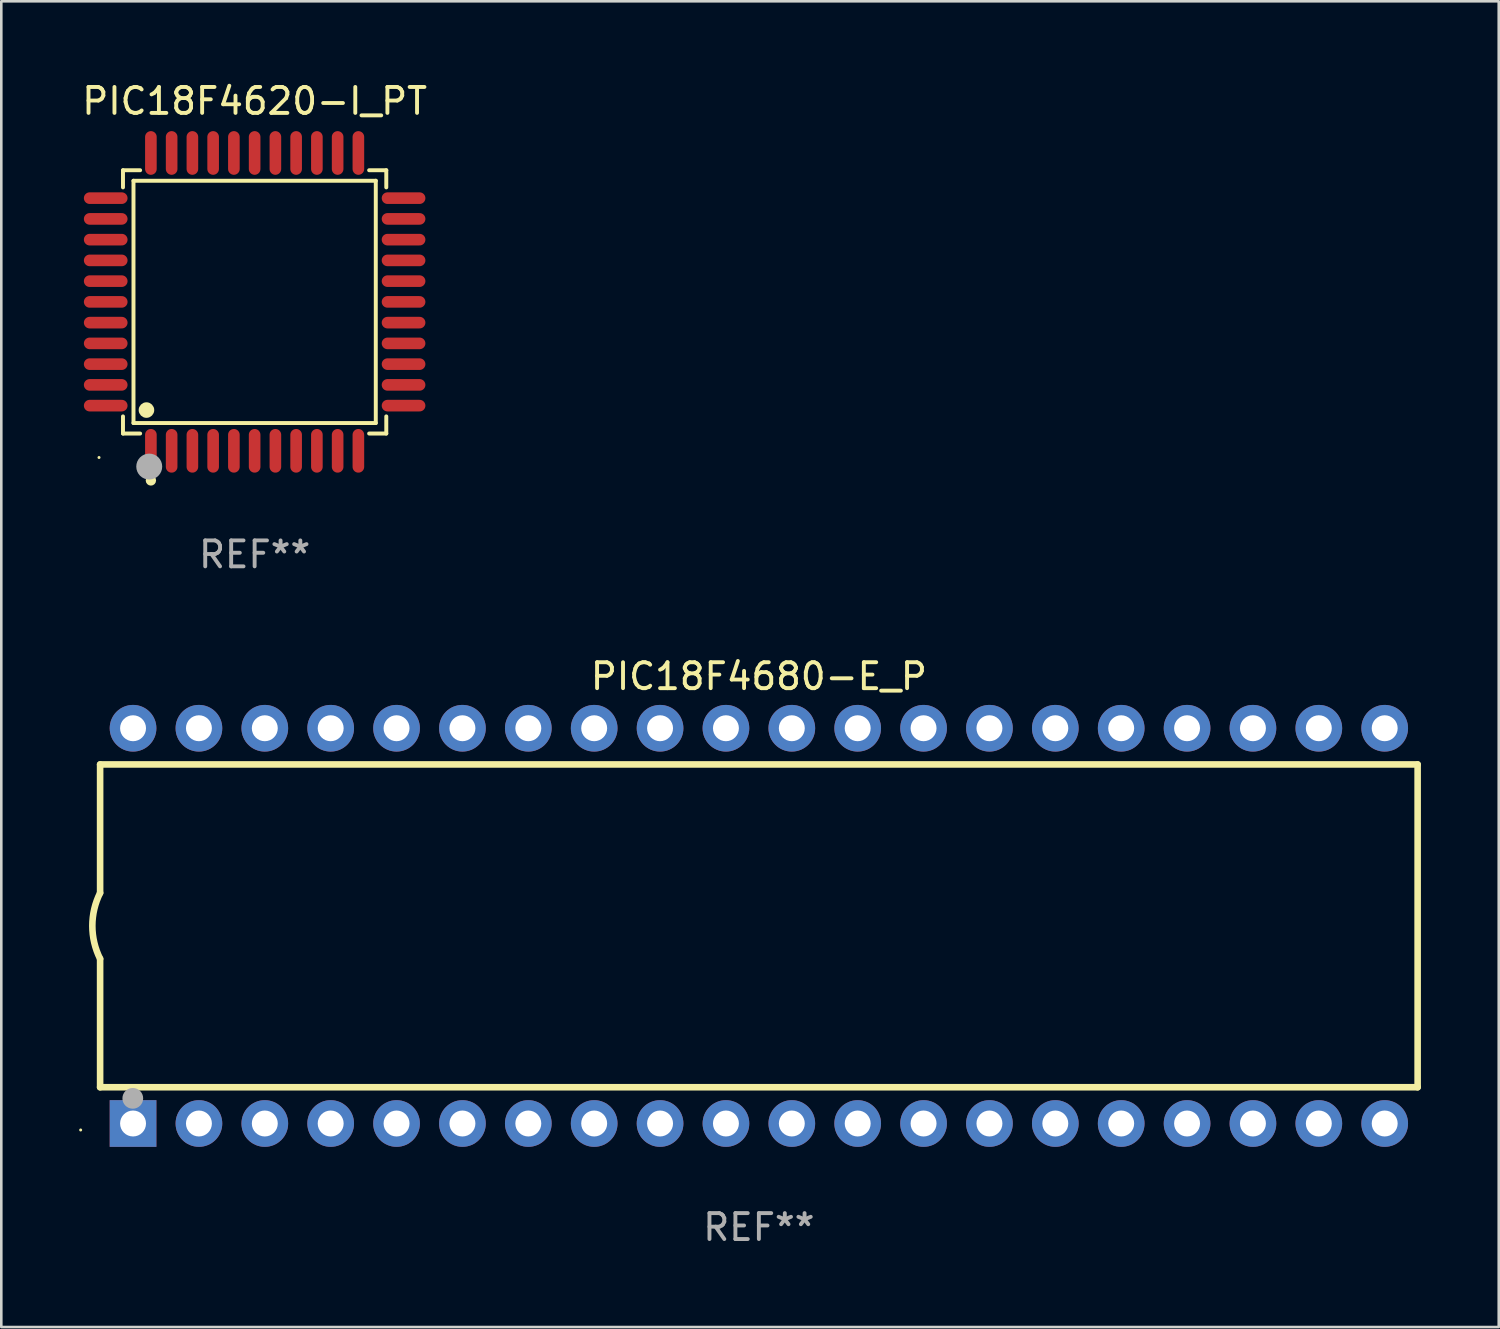
<source format=kicad_pcb>
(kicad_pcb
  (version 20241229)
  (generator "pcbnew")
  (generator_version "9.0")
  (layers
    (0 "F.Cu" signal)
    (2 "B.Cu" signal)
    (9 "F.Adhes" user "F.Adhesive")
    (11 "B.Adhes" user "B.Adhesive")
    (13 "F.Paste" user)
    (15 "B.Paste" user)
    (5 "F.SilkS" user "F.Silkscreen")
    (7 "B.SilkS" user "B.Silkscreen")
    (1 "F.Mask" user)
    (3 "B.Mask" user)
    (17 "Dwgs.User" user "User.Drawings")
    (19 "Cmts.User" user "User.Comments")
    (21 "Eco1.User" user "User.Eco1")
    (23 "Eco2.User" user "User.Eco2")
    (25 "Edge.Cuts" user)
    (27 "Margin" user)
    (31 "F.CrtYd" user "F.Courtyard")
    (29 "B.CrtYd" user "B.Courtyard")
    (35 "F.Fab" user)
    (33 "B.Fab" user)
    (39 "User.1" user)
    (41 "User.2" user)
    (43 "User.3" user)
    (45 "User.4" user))
  (footprint "PIC18F4620-I_PT"
    (layer "F.Cu")
    (at 6.768 8.59)
    (property "Reference" "PIC18F4620-I_PT" (at 0 -7.742 0) (layer "F.SilkS") (effects (font (size 1 1) (thickness 0.15))))
    (attr through_hole)
    (fp_line (start -5.076 -5.076) (end -4.415 -5.076) (stroke (width 0.152) (type solid)) (layer "F.SilkS"))
    (fp_line (start -5.076 -4.415) (end -5.076 -5.076) (stroke (width 0.152) (type solid)) (layer "F.SilkS"))
    (fp_line (start -5.076 4.415) (end -5.076 5.076) (stroke (width 0.152) (type solid)) (layer "F.SilkS"))
    (fp_line (start -5.076 5.076) (end -4.415 5.076) (stroke (width 0.152) (type solid)) (layer "F.SilkS"))
    (fp_line (start -4.671 -4.671) (end 4.671 -4.671) (stroke (width 0.152) (type solid)) (layer "F.SilkS"))
    (fp_line (start -4.671 4.671) (end -4.671 -4.671) (stroke (width 0.152) (type solid)) (layer "F.SilkS"))
    (fp_line (start 4.671 -4.671) (end 4.671 4.671) (stroke (width 0.152) (type solid)) (layer "F.SilkS"))
    (fp_line (start 4.671 4.671) (end -4.671 4.671) (stroke (width 0.152) (type solid)) (layer "F.SilkS"))
    (fp_line (start 5.076 -5.076) (end 4.415 -5.076) (stroke (width 0.152) (type solid)) (layer "F.SilkS"))
    (fp_line (start 5.076 -4.415) (end 5.076 -5.076) (stroke (width 0.152) (type solid)) (layer "F.SilkS"))
    (fp_line (start 5.076 4.415) (end 5.076 5.076) (stroke (width 0.152) (type solid)) (layer "F.SilkS"))
    (fp_line (start 5.076 5.076) (end 4.415 5.076) (stroke (width 0.152) (type solid)) (layer "F.SilkS"))
    (fp_circle (center -6 6) (end -5.97 6) (stroke (width 0.06) (type solid)) (fill no) (layer "F.SilkS"))
    (fp_circle (center -4.171 4.171) (end -4.021 4.171) (stroke (width 0.3) (type solid)) (fill no) (layer "F.SilkS"))
    (fp_circle (center -4 6.884) (end -3.9 6.884) (stroke (width 0.2) (type solid)) (fill no) (layer "F.SilkS"))
    (fp_circle (center -4.064 6.35) (end -3.814 6.35) (stroke (width 0.5) (type solid)) (fill no) (layer "F.Fab"))
    (fp_text user "REF**" (at 0 9.742 0) (layer "F.Fab") (effects (font (size 1 1) (thickness 0.15))))
    (pad "1" smd oval (at -4 5.742) (size 0.448 1.684) (layers "F.Cu" "F.Mask" "F.Paste"))
    (pad "2" smd oval (at -3.2 5.742) (size 0.448 1.684) (layers "F.Cu" "F.Mask" "F.Paste"))
    (pad "3" smd oval (at -2.4 5.742) (size 0.448 1.684) (layers "F.Cu" "F.Mask" "F.Paste"))
    (pad "4" smd oval (at -1.6 5.742) (size 0.448 1.684) (layers "F.Cu" "F.Mask" "F.Paste"))
    (pad "5" smd oval (at -0.8 5.742) (size 0.448 1.684) (layers "F.Cu" "F.Mask" "F.Paste"))
    (pad "6" smd oval (at 0 5.742) (size 0.448 1.684) (layers "F.Cu" "F.Mask" "F.Paste"))
    (pad "7" smd oval (at 0.8 5.742) (size 0.448 1.684) (layers "F.Cu" "F.Mask" "F.Paste"))
    (pad "8" smd oval (at 1.6 5.742) (size 0.448 1.684) (layers "F.Cu" "F.Mask" "F.Paste"))
    (pad "9" smd oval (at 2.4 5.742) (size 0.448 1.684) (layers "F.Cu" "F.Mask" "F.Paste"))
    (pad "10" smd oval (at 3.2 5.742) (size 0.448 1.684) (layers "F.Cu" "F.Mask" "F.Paste"))
    (pad "11" smd oval (at 4 5.742) (size 0.448 1.684) (layers "F.Cu" "F.Mask" "F.Paste"))
    (pad "12" smd oval (at 5.742 4) (size 1.684 0.448) (layers "F.Cu" "F.Mask" "F.Paste"))
    (pad "13" smd oval (at 5.742 3.2) (size 1.684 0.448) (layers "F.Cu" "F.Mask" "F.Paste"))
    (pad "14" smd oval (at 5.742 2.4) (size 1.684 0.448) (layers "F.Cu" "F.Mask" "F.Paste"))
    (pad "15" smd oval (at 5.742 1.6) (size 1.684 0.448) (layers "F.Cu" "F.Mask" "F.Paste"))
    (pad "16" smd oval (at 5.742 0.8) (size 1.684 0.448) (layers "F.Cu" "F.Mask" "F.Paste"))
    (pad "17" smd oval (at 5.742 0) (size 1.684 0.448) (layers "F.Cu" "F.Mask" "F.Paste"))
    (pad "18" smd oval (at 5.742 -0.8) (size 1.684 0.448) (layers "F.Cu" "F.Mask" "F.Paste"))
    (pad "19" smd oval (at 5.742 -1.6) (size 1.684 0.448) (layers "F.Cu" "F.Mask" "F.Paste"))
    (pad "20" smd oval (at 5.742 -2.4) (size 1.684 0.448) (layers "F.Cu" "F.Mask" "F.Paste"))
    (pad "21" smd oval (at 5.742 -3.2) (size 1.684 0.448) (layers "F.Cu" "F.Mask" "F.Paste"))
    (pad "22" smd oval (at 5.742 -4) (size 1.684 0.448) (layers "F.Cu" "F.Mask" "F.Paste"))
    (pad "23" smd oval (at 4 -5.742) (size 0.448 1.684) (layers "F.Cu" "F.Mask" "F.Paste"))
    (pad "24" smd oval (at 3.2 -5.742) (size 0.448 1.684) (layers "F.Cu" "F.Mask" "F.Paste"))
    (pad "25" smd oval (at 2.4 -5.742) (size 0.448 1.684) (layers "F.Cu" "F.Mask" "F.Paste"))
    (pad "26" smd oval (at 1.6 -5.742) (size 0.448 1.684) (layers "F.Cu" "F.Mask" "F.Paste"))
    (pad "27" smd oval (at 0.8 -5.742) (size 0.448 1.684) (layers "F.Cu" "F.Mask" "F.Paste"))
    (pad "28" smd oval (at 0 -5.742) (size 0.448 1.684) (layers "F.Cu" "F.Mask" "F.Paste"))
    (pad "29" smd oval (at -0.8 -5.742) (size 0.448 1.684) (layers "F.Cu" "F.Mask" "F.Paste"))
    (pad "30" smd oval (at -1.6 -5.742) (size 0.448 1.684) (layers "F.Cu" "F.Mask" "F.Paste"))
    (pad "31" smd oval (at -2.4 -5.742) (size 0.448 1.684) (layers "F.Cu" "F.Mask" "F.Paste"))
    (pad "32" smd oval (at -3.2 -5.742) (size 0.448 1.684) (layers "F.Cu" "F.Mask" "F.Paste"))
    (pad "33" smd oval (at -4 -5.742) (size 0.448 1.684) (layers "F.Cu" "F.Mask" "F.Paste"))
    (pad "34" smd oval (at -5.742 -4) (size 1.684 0.448) (layers "F.Cu" "F.Mask" "F.Paste"))
    (pad "35" smd oval (at -5.742 -3.2) (size 1.684 0.448) (layers "F.Cu" "F.Mask" "F.Paste"))
    (pad "36" smd oval (at -5.742 -2.4) (size 1.684 0.448) (layers "F.Cu" "F.Mask" "F.Paste"))
    (pad "37" smd oval (at -5.742 -1.6) (size 1.684 0.448) (layers "F.Cu" "F.Mask" "F.Paste"))
    (pad "38" smd oval (at -5.742 -0.8) (size 1.684 0.448) (layers "F.Cu" "F.Mask" "F.Paste"))
    (pad "39" smd oval (at -5.742 0) (size 1.684 0.448) (layers "F.Cu" "F.Mask" "F.Paste"))
    (pad "40" smd oval (at -5.742 0.8) (size 1.684 0.448) (layers "F.Cu" "F.Mask" "F.Paste"))
    (pad "41" smd oval (at -5.742 1.6) (size 1.684 0.448) (layers "F.Cu" "F.Mask" "F.Paste"))
    (pad "42" smd oval (at -5.742 2.4) (size 1.684 0.448) (layers "F.Cu" "F.Mask" "F.Paste"))
    (pad "43" smd oval (at -5.742 3.2) (size 1.684 0.448) (layers "F.Cu" "F.Mask" "F.Paste"))
    (pad "44" smd oval (at -5.742 4) (size 1.684 0.448) (layers "F.Cu" "F.Mask" "F.Paste")))
  (footprint "PIC18F4680-E_P"
    (layer "F.Cu")
    (at 26.21 32.649)
    (property "Reference" "PIC18F4680-E_P" (at 0 -9.62 0) (layer "F.SilkS") (effects (font (size 1 1) (thickness 0.15))))
    (attr through_hole)
    (fp_line (start -25.4 -6.224) (end -25.4 -1.271) (stroke (width 0.254) (type solid)) (layer "F.SilkS"))
    (fp_line (start -25.4 -6.224) (end 25.4 -6.224) (stroke (width 0.254) (type solid)) (layer "F.SilkS"))
    (fp_line (start -25.4 1.269) (end -25.4 6.222) (stroke (width 0.254) (type solid)) (layer "F.SilkS"))
    (fp_line (start -25.4 6.222) (end 25.4 6.222) (stroke (width 0.254) (type solid)) (layer "F.SilkS"))
    (fp_line (start 25.4 6.222) (end 25.4 -6.224) (stroke (width 0.254) (type solid)) (layer "F.SilkS"))
    (fp_arc (start -25.4 1.269241) (mid -25.699807 -0.000762) (end -25.4 -1.270765) (stroke (width 0.254001) (type solid)) (layer "F.SilkS"))
    (fp_circle (center -26.15 7.87) (end -26.12 7.87) (stroke (width 0.06) (type solid)) (fill no) (layer "F.SilkS"))
    (fp_circle (center -24.14 6.65) (end -23.94 6.65) (stroke (width 0.4) (type solid)) (fill no) (layer "F.Fab"))
    (fp_text user "REF**" (at 0 11.62 0) (layer "F.Fab") (effects (font (size 1 1) (thickness 0.15))))
    (pad "1" thru_hole rect (at -24.13 7.62 90) (size 1.8 1.8) (drill 1) (layers "*.Cu" "*.Mask"))
    (pad "2" thru_hole circle (at -21.59 7.62) (size 1.8 1.8) (drill 1) (layers "*.Cu" "*.Mask"))
    (pad "3" thru_hole circle (at -19.05 7.62) (size 1.8 1.8) (drill 1) (layers "*.Cu" "*.Mask"))
    (pad "4" thru_hole circle (at -16.51 7.62) (size 1.8 1.8) (drill 1) (layers "*.Cu" "*.Mask"))
    (pad "5" thru_hole circle (at -13.97 7.62) (size 1.8 1.8) (drill 1) (layers "*.Cu" "*.Mask"))
    (pad "6" thru_hole circle (at -11.43 7.62) (size 1.8 1.8) (drill 1) (layers "*.Cu" "*.Mask"))
    (pad "7" thru_hole circle (at -8.89 7.62) (size 1.8 1.8) (drill 1) (layers "*.Cu" "*.Mask"))
    (pad "8" thru_hole circle (at -6.35 7.62) (size 1.8 1.8) (drill 1) (layers "*.Cu" "*.Mask"))
    (pad "9" thru_hole circle (at -3.81 7.62) (size 1.8 1.8) (drill 1) (layers "*.Cu" "*.Mask"))
    (pad "10" thru_hole circle (at -1.27 7.62) (size 1.8 1.8) (drill 1) (layers "*.Cu" "*.Mask"))
    (pad "11" thru_hole circle (at 1.27 7.62) (size 1.8 1.8) (drill 1) (layers "*.Cu" "*.Mask"))
    (pad "12" thru_hole circle (at 3.81 7.62) (size 1.8 1.8) (drill 1) (layers "*.Cu" "*.Mask"))
    (pad "13" thru_hole circle (at 6.35 7.62) (size 1.8 1.8) (drill 1) (layers "*.Cu" "*.Mask"))
    (pad "14" thru_hole circle (at 8.89 7.62) (size 1.8 1.8) (drill 1) (layers "*.Cu" "*.Mask"))
    (pad "15" thru_hole circle (at 11.43 7.62) (size 1.8 1.8) (drill 1) (layers "*.Cu" "*.Mask"))
    (pad "16" thru_hole circle (at 13.97 7.62) (size 1.8 1.8) (drill 1) (layers "*.Cu" "*.Mask"))
    (pad "17" thru_hole circle (at 16.51 7.62) (size 1.8 1.8) (drill 1) (layers "*.Cu" "*.Mask"))
    (pad "18" thru_hole circle (at 19.05 7.62) (size 1.8 1.8) (drill 1) (layers "*.Cu" "*.Mask"))
    (pad "19" thru_hole circle (at 21.59 7.62) (size 1.8 1.8) (drill 1) (layers "*.Cu" "*.Mask"))
    (pad "20" thru_hole circle (at 24.13 7.62) (size 1.8 1.8) (drill 1) (layers "*.Cu" "*.Mask"))
    (pad "21" thru_hole circle (at 24.13 -7.62) (size 1.8 1.8) (drill 1) (layers "*.Cu" "*.Mask"))
    (pad "22" thru_hole circle (at 21.59 -7.62) (size 1.8 1.8) (drill 1) (layers "*.Cu" "*.Mask"))
    (pad "23" thru_hole circle (at 19.05 -7.62) (size 1.8 1.8) (drill 1) (layers "*.Cu" "*.Mask"))
    (pad "24" thru_hole circle (at 16.51 -7.62) (size 1.8 1.8) (drill 1) (layers "*.Cu" "*.Mask"))
    (pad "25" thru_hole circle (at 13.97 -7.62) (size 1.8 1.8) (drill 1) (layers "*.Cu" "*.Mask"))
    (pad "26" thru_hole circle (at 11.43 -7.62) (size 1.8 1.8) (drill 1) (layers "*.Cu" "*.Mask"))
    (pad "27" thru_hole circle (at 8.89 -7.62) (size 1.8 1.8) (drill 1) (layers "*.Cu" "*.Mask"))
    (pad "28" thru_hole circle (at 6.35 -7.62) (size 1.8 1.8) (drill 1) (layers "*.Cu" "*.Mask"))
    (pad "29" thru_hole circle (at 3.81 -7.62) (size 1.8 1.8) (drill 1) (layers "*.Cu" "*.Mask"))
    (pad "30" thru_hole circle (at 1.27 -7.62) (size 1.8 1.8) (drill 1) (layers "*.Cu" "*.Mask"))
    (pad "31" thru_hole circle (at -1.27 -7.62) (size 1.8 1.8) (drill 1) (layers "*.Cu" "*.Mask"))
    (pad "32" thru_hole circle (at -3.81 -7.62) (size 1.8 1.8) (drill 1) (layers "*.Cu" "*.Mask"))
    (pad "33" thru_hole circle (at -6.35 -7.62) (size 1.8 1.8) (drill 1) (layers "*.Cu" "*.Mask"))
    (pad "34" thru_hole circle (at -8.89 -7.62) (size 1.8 1.8) (drill 1) (layers "*.Cu" "*.Mask"))
    (pad "35" thru_hole circle (at -11.43 -7.62) (size 1.8 1.8) (drill 1) (layers "*.Cu" "*.Mask"))
    (pad "36" thru_hole circle (at -13.97 -7.62) (size 1.8 1.8) (drill 1) (layers "*.Cu" "*.Mask"))
    (pad "37" thru_hole circle (at -16.51 -7.62) (size 1.8 1.8) (drill 1) (layers "*.Cu" "*.Mask"))
    (pad "38" thru_hole circle (at -19.05 -7.62) (size 1.8 1.8) (drill 1) (layers "*.Cu" "*.Mask"))
    (pad "39" thru_hole circle (at -21.59 -7.62) (size 1.8 1.8) (drill 1) (layers "*.Cu" "*.Mask"))
    (pad "40" thru_hole circle (at -24.13 -7.62) (size 1.8 1.8) (drill 1) (layers "*.Cu" "*.Mask")))
  (gr_rect
    (start -3 -3)
    (end 54.737 48.117)
    (stroke (width 0.1) (type default))
    (fill no)
    (layer "Edge.Cuts")))
</source>
